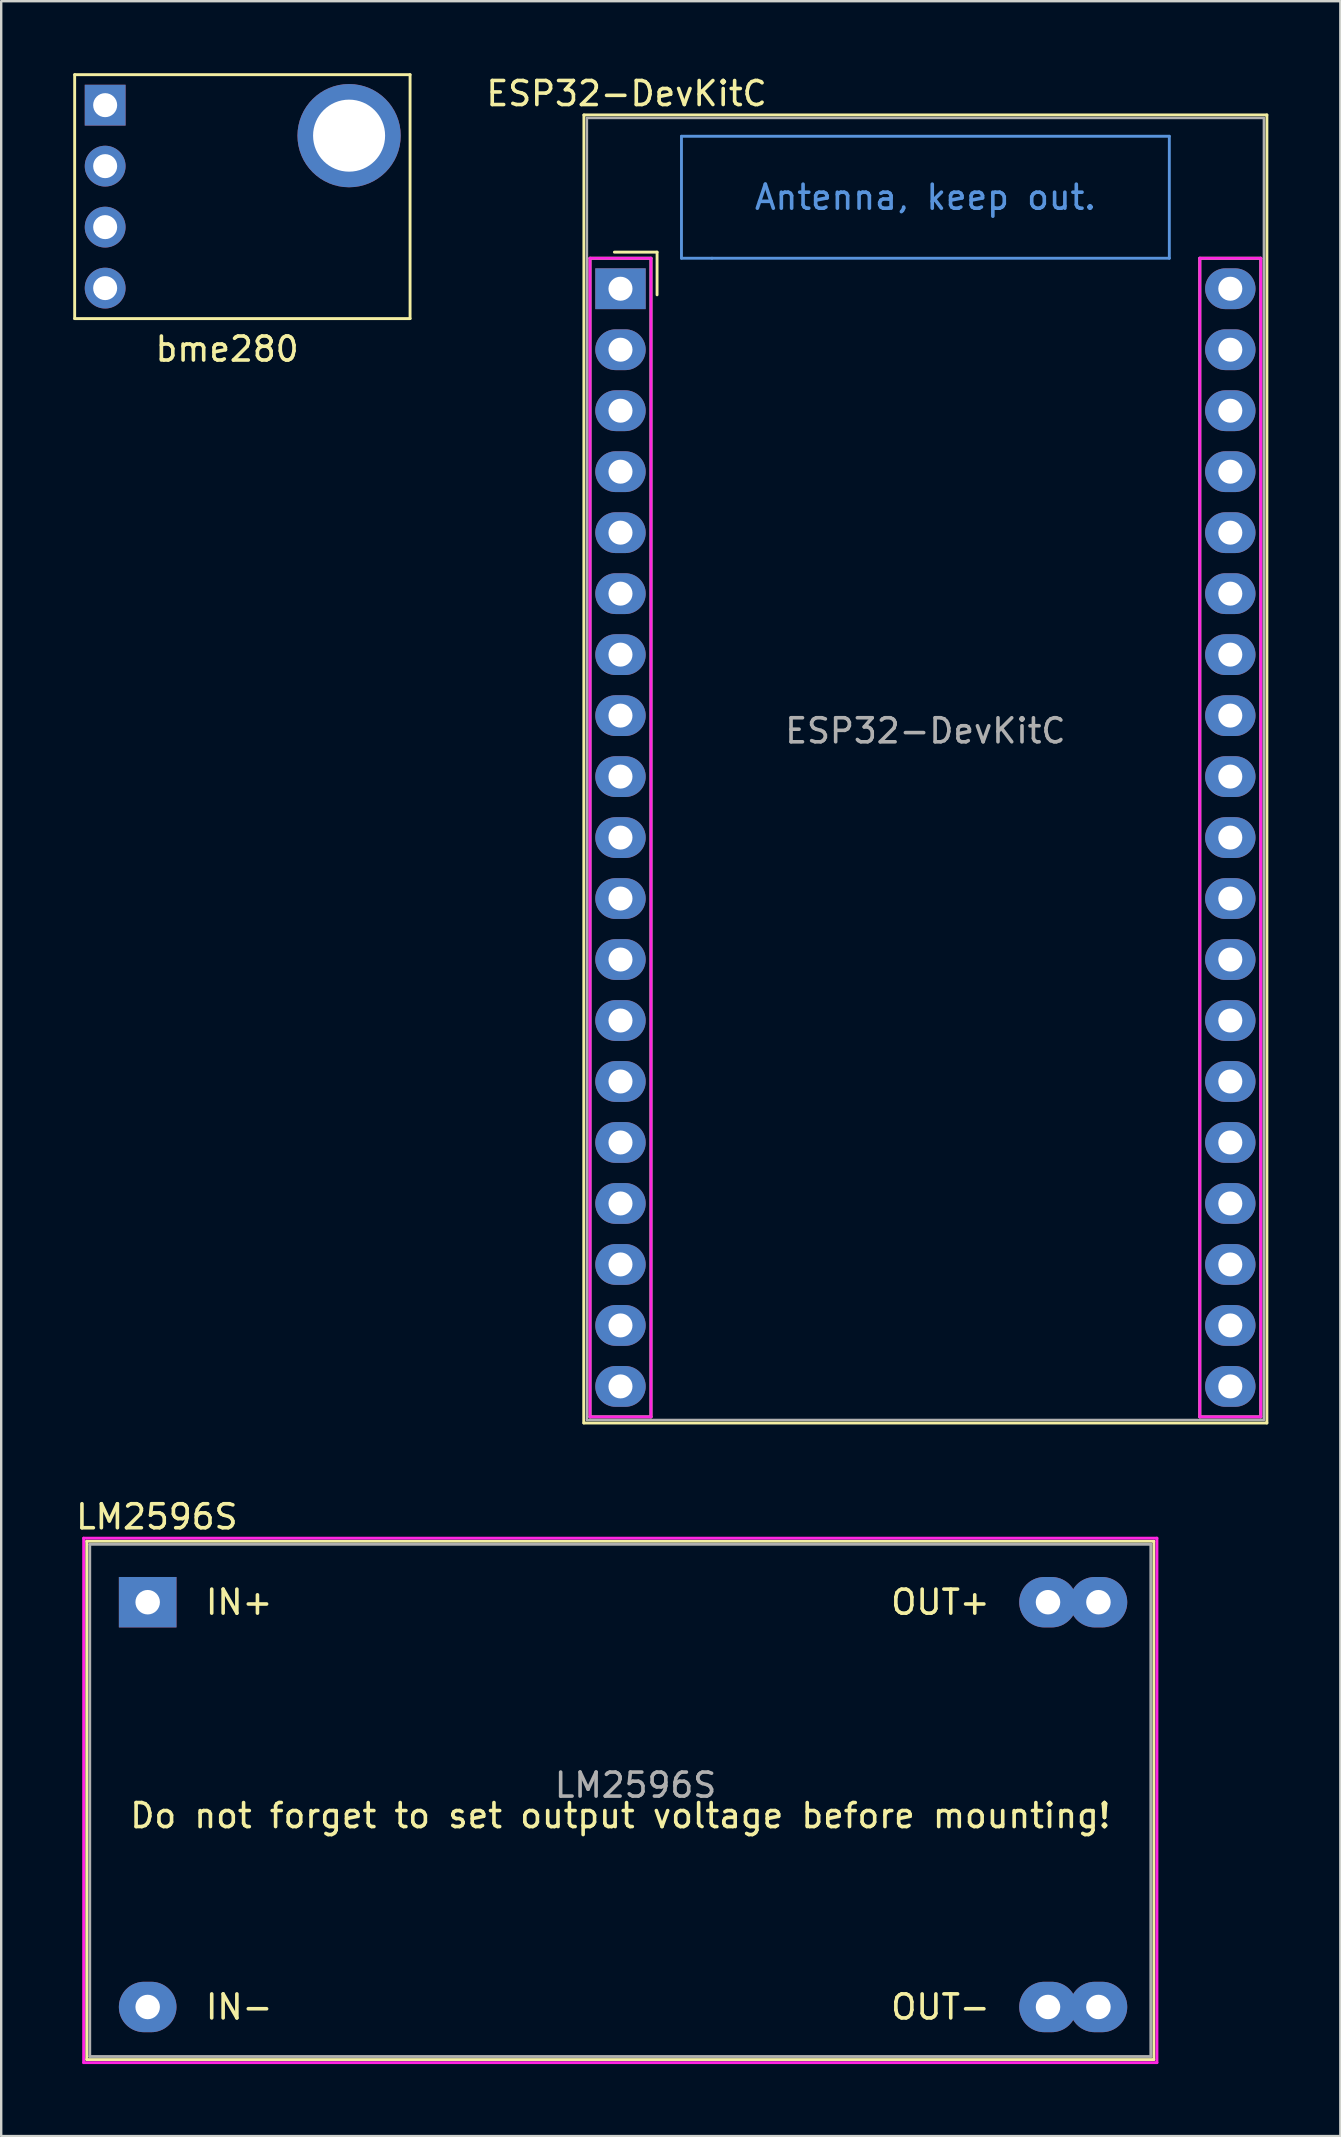
<source format=kicad_pcb>
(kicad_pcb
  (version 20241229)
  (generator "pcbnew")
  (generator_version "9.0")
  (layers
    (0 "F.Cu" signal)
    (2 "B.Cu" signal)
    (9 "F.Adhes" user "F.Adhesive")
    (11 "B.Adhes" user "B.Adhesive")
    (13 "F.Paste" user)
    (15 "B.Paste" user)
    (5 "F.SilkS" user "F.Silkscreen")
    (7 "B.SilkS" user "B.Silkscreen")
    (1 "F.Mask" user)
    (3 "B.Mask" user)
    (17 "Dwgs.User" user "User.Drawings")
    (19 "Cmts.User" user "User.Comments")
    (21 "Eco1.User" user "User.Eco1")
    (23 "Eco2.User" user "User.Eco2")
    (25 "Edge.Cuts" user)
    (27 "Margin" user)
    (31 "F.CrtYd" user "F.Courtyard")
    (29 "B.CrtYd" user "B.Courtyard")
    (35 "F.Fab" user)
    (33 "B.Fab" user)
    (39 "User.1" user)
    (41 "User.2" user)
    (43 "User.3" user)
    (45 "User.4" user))
  (footprint "LM2596S"
    (layer "F.Cu")
    (at 3.101 63.684)
    (property "Reference" "LM2596S" (at 0.381 -3.556 0) (layer "F.SilkS") (effects (font (size 1 1) (thickness 0.15))))
    (attr through_hole)
    (fp_line (start -2.54 -2.54) (end -2.54 19.05) (stroke (width 0.12) (type solid)) (layer "F.SilkS"))
    (fp_line (start -2.54 -2.54) (end 41.91 -2.54) (stroke (width 0.12) (type solid)) (layer "F.SilkS"))
    (fp_line (start 41.91 -2.54) (end 41.91 19.05) (stroke (width 0.12) (type solid)) (layer "F.SilkS"))
    (fp_line (start 41.91 19.05) (end -2.54 19.05) (stroke (width 0.12) (type solid)) (layer "F.SilkS"))
    (fp_line (start -2.667 -2.667) (end -2.667 19.177) (stroke (width 0.12) (type solid)) (layer "F.CrtYd"))
    (fp_line (start -2.667 19.177) (end 42.037 19.177) (stroke (width 0.12) (type solid)) (layer "F.CrtYd"))
    (fp_line (start 42.037 -2.667) (end -2.667 -2.667) (stroke (width 0.12) (type solid)) (layer "F.CrtYd"))
    (fp_line (start 42.037 19.177) (end 42.037 -2.667) (stroke (width 0.12) (type solid)) (layer "F.CrtYd"))
    (fp_line (start -2.413 -2.413) (end -2.413 18.923) (stroke (width 0.12) (type solid)) (layer "F.Fab"))
    (fp_line (start -2.413 18.923) (end 41.783 18.923) (stroke (width 0.12) (type solid)) (layer "F.Fab"))
    (fp_line (start 41.783 -2.413) (end -2.413 -2.413) (stroke (width 0.12) (type solid)) (layer "F.Fab"))
    (fp_line (start 41.783 18.923) (end 41.783 -2.413) (stroke (width 0.12) (type solid)) (layer "F.Fab"))
    (fp_text user "OUT-" (at 33.02 16.86 0) (layer "F.SilkS") (effects (font (size 1 1) (thickness 0.15))))
    (fp_text user "IN+" (at 3.81 0 0) (layer "F.SilkS") (effects (font (size 1 1) (thickness 0.15))))
    (fp_text user "Do not forget to set output voltage before mounting!" (at 19.685 8.89 0) (layer "F.SilkS") (effects (font (size 1 1) (thickness 0.15))))
    (fp_text user "OUT+" (at 33.02 0 0) (layer "F.SilkS") (effects (font (size 1 1) (thickness 0.15))))
    (fp_text user "IN-" (at 3.81 16.86 0) (layer "F.SilkS") (effects (font (size 1 1) (thickness 0.15))))
    (fp_text user "${REFERENCE}" (at 20.32 7.62 0) (layer "F.Fab") (effects (font (size 1 1) (thickness 0.15))))
    (pad "1" thru_hole rect (at 0 0) (size 2.4 2.1) (drill 1.02) (layers "*.Cu" "*.Mask"))
    (pad "2" thru_hole oval (at 0 16.86) (size 2.4 2.1) (drill 1.02) (layers "*.Cu" "*.Mask"))
    (pad "3" thru_hole oval (at 37.5 16.86) (size 2.4 2.1) (drill 1.02) (layers "*.Cu" "*.Mask"))
    (pad "3" thru_hole oval (at 39.6 16.86) (size 2.4 2.1) (drill 1.02) (layers "*.Cu" "*.Mask"))
    (pad "4" thru_hole oval (at 37.5 0) (size 2.4 2.1) (drill 1.02) (layers "*.Cu" "*.Mask"))
    (pad "4" thru_hole oval (at 39.6 0) (size 2.4 2.1) (drill 1.02) (layers "*.Cu" "*.Mask")))
  (footprint "bme280"
    (layer "F.Cu")
    (at 1.31 1.36)
    (property "Reference" "bme280" (at 5.1 10.13 0) (layer "F.SilkS") (effects (font (size 1 1) (thickness 0.15))))
    (attr through_hole)
    (fp_line (start -1.25 -1.3) (end -1.25 8.86) (stroke (width 0.12) (type solid)) (layer "F.SilkS"))
    (fp_line (start -1.25 8.86) (end 12.72 8.86) (stroke (width 0.12) (type solid)) (layer "F.SilkS"))
    (fp_line (start 12.72 -1.3) (end -1.25 -1.3) (stroke (width 0.12) (type solid)) (layer "F.SilkS"))
    (fp_line (start 12.72 8.86) (end 12.72 -1.3) (stroke (width 0.12) (type solid)) (layer "F.SilkS"))
    (pad "1" thru_hole rect (at 0.02 -0.03) (size 1.7 1.7) (drill 1) (layers "*.Cu" "*.Mask"))
    (pad "2" thru_hole circle (at 0.02 2.51) (size 1.7 1.7) (drill 1) (layers "*.Cu" "*.Mask"))
    (pad "3" thru_hole circle (at 0.02 5.05) (size 1.7 1.7) (drill 1) (layers "*.Cu" "*.Mask"))
    (pad "4" thru_hole circle (at 0.02 7.59) (size 1.7 1.7) (drill 1) (layers "*.Cu" "*.Mask"))
    (pad "~" thru_hole circle (at 10.18 1.24) (size 4.3 4.3) (drill 3) (layers "*.Cu" "*.Mask")))
  (footprint "ESP32-DevKitC"
    (layer "F.Cu")
    (at 22.794 8.976)
    (property "Reference" "ESP32-DevKitC" (at 0.254 -8.128 0) (layer "F.SilkS") (effects (font (size 1 1) (thickness 0.15))))
    (attr through_hole)
    (fp_line (start -1.524 -7.239) (end -1.531 47.244) (stroke (width 0.12) (type solid)) (layer "F.SilkS"))
    (fp_line (start -1.524 -7.239) (end 26.924 -7.239) (stroke (width 0.12) (type solid)) (layer "F.SilkS"))
    (fp_line (start -1.524 47.244) (end 26.924 47.244) (stroke (width 0.12) (type solid)) (layer "F.SilkS"))
    (fp_line (start -1.27 -1.27) (end -1.27 46.99) (stroke (width 0.12) (type solid)) (layer "F.SilkS"))
    (fp_line (start -1.27 46.99) (end 1.27 46.99) (stroke (width 0.12) (type solid)) (layer "F.SilkS"))
    (fp_line (start -0.254 -1.524) (end 1.524 -1.524) (stroke (width 0.12) (type solid)) (layer "F.SilkS"))
    (fp_line (start 1.27 -1.27) (end -1.27 -1.27) (stroke (width 0.12) (type solid)) (layer "F.SilkS"))
    (fp_line (start 1.27 46.99) (end 1.27 -1.27) (stroke (width 0.12) (type solid)) (layer "F.SilkS"))
    (fp_line (start 1.524 0.254) (end 1.524 -1.524) (stroke (width 0.12) (type solid)) (layer "F.SilkS"))
    (fp_line (start 24.13 46.99) (end 24.13 -1.27) (stroke (width 0.12) (type solid)) (layer "F.SilkS"))
    (fp_line (start 24.13 46.99) (end 26.67 46.99) (stroke (width 0.12) (type solid)) (layer "F.SilkS"))
    (fp_line (start 26.67 -1.27) (end 24.13 -1.27) (stroke (width 0.12) (type solid)) (layer "F.SilkS"))
    (fp_line (start 26.67 -1.27) (end 26.67 46.99) (stroke (width 0.12) (type solid)) (layer "F.SilkS"))
    (fp_line (start 26.924 -7.239) (end 26.924 47.244) (stroke (width 0.12) (type solid)) (layer "F.SilkS"))
    (fp_line (start 2.54 -6.35) (end 2.54 -1.27) (stroke (width 0.12) (type solid)) (layer "Cmts.User"))
    (fp_line (start 2.54 -1.27) (end 3.81 -1.27) (stroke (width 0.12) (type solid)) (layer "Cmts.User"))
    (fp_line (start 3.81 -1.27) (end 22.86 -1.27) (stroke (width 0.12) (type solid)) (layer "Cmts.User"))
    (fp_line (start 22.86 -6.35) (end 2.54 -6.35) (stroke (width 0.12) (type solid)) (layer "Cmts.User"))
    (fp_line (start 22.86 -1.27) (end 22.86 -6.35) (stroke (width 0.12) (type solid)) (layer "Cmts.User"))
    (fp_line (start -1.27 -1.27) (end 1.27 -1.27) (stroke (width 0.12) (type solid)) (layer "F.CrtYd"))
    (fp_line (start -1.27 46.99) (end -1.27 -1.27) (stroke (width 0.12) (type solid)) (layer "F.CrtYd"))
    (fp_line (start 1.27 -1.27) (end 1.27 46.99) (stroke (width 0.12) (type solid)) (layer "F.CrtYd"))
    (fp_line (start 1.27 46.99) (end -1.27 46.99) (stroke (width 0.12) (type solid)) (layer "F.CrtYd"))
    (fp_line (start 24.13 -1.27) (end 26.67 -1.27) (stroke (width 0.12) (type solid)) (layer "F.CrtYd"))
    (fp_line (start 24.13 46.99) (end 24.13 -1.27) (stroke (width 0.12) (type solid)) (layer "F.CrtYd"))
    (fp_line (start 26.67 -1.27) (end 26.67 46.99) (stroke (width 0.12) (type solid)) (layer "F.CrtYd"))
    (fp_line (start 26.67 46.99) (end 24.13 46.99) (stroke (width 0.12) (type solid)) (layer "F.CrtYd"))
    (fp_line (start -1.397 -7.112) (end -1.397 47.117) (stroke (width 0.1) (type solid)) (layer "F.Fab"))
    (fp_line (start -1.397 -7.112) (end 26.797 -7.112) (stroke (width 0.1) (type solid)) (layer "F.Fab"))
    (fp_line (start -1.397 47.117) (end 26.797 47.117) (stroke (width 0.1) (type solid)) (layer "F.Fab"))
    (fp_line (start 26.797 -7.112) (end 26.797 47.117) (stroke (width 0.1) (type solid)) (layer "F.Fab"))
    (fp_text user "Antenna, keep out." (at 12.7 -3.81 0) (layer "Cmts.User") (effects (font (size 1 1) (thickness 0.15))))
    (fp_text user "${REFERENCE}" (at 12.7 18.415 0) (layer "F.Fab") (effects (font (size 1 1) (thickness 0.15))))
    (pad "1" thru_hole rect (at 0 0) (size 2.1 1.7) (drill 1) (layers "*.Cu" "*.Mask"))
    (pad "2" thru_hole oval (at 0 2.54) (size 2.1 1.7) (drill 1) (layers "*.Cu" "*.Mask"))
    (pad "3" thru_hole oval (at 0 5.08) (size 2.1 1.7) (drill 1) (layers "*.Cu" "*.Mask"))
    (pad "4" thru_hole oval (at 0 7.62) (size 2.1 1.7) (drill 1) (layers "*.Cu" "*.Mask"))
    (pad "5" thru_hole oval (at 0 10.16) (size 2.1 1.7) (drill 1) (layers "*.Cu" "*.Mask"))
    (pad "6" thru_hole oval (at 0 12.7) (size 2.1 1.7) (drill 1) (layers "*.Cu" "*.Mask"))
    (pad "7" thru_hole oval (at 0 15.24) (size 2.1 1.7) (drill 1) (layers "*.Cu" "*.Mask"))
    (pad "8" thru_hole oval (at 0 17.78) (size 2.1 1.7) (drill 1) (layers "*.Cu" "*.Mask"))
    (pad "9" thru_hole oval (at 0 20.32) (size 2.1 1.7) (drill 1) (layers "*.Cu" "*.Mask"))
    (pad "10" thru_hole oval (at 0 22.86) (size 2.1 1.7) (drill 1) (layers "*.Cu" "*.Mask"))
    (pad "11" thru_hole oval (at 0 25.4) (size 2.1 1.7) (drill 1) (layers "*.Cu" "*.Mask"))
    (pad "12" thru_hole oval (at 0 27.94) (size 2.1 1.7) (drill 1) (layers "*.Cu" "*.Mask"))
    (pad "13" thru_hole oval (at 0 30.48) (size 2.1 1.7) (drill 1) (layers "*.Cu" "*.Mask"))
    (pad "14" thru_hole oval (at 0 33.02) (size 2.1 1.7) (drill 1) (layers "*.Cu" "*.Mask"))
    (pad "15" thru_hole oval (at 0 35.56) (size 2.1 1.7) (drill 1) (layers "*.Cu" "*.Mask"))
    (pad "16" thru_hole oval (at 0 38.1) (size 2.1 1.7) (drill 1) (layers "*.Cu" "*.Mask"))
    (pad "17" thru_hole oval (at 0 40.64) (size 2.1 1.7) (drill 1) (layers "*.Cu" "*.Mask"))
    (pad "18" thru_hole oval (at 0 43.18) (size 2.1 1.7) (drill 1) (layers "*.Cu" "*.Mask"))
    (pad "19" thru_hole oval (at 0 45.72) (size 2.1 1.7) (drill 1) (layers "*.Cu" "*.Mask"))
    (pad "20" thru_hole oval (at 25.4 45.72) (size 2.1 1.7) (drill 1) (layers "*.Cu" "*.Mask"))
    (pad "21" thru_hole oval (at 25.4 43.18) (size 2.1 1.7) (drill 1) (layers "*.Cu" "*.Mask"))
    (pad "22" thru_hole oval (at 25.4 40.64) (size 2.1 1.7) (drill 1) (layers "*.Cu" "*.Mask"))
    (pad "23" thru_hole oval (at 25.4 38.1) (size 2.1 1.7) (drill 1) (layers "*.Cu" "*.Mask"))
    (pad "24" thru_hole oval (at 25.4 35.56) (size 2.1 1.7) (drill 1) (layers "*.Cu" "*.Mask"))
    (pad "25" thru_hole oval (at 25.4 33.02) (size 2.1 1.7) (drill 1) (layers "*.Cu" "*.Mask"))
    (pad "26" thru_hole oval (at 25.4 30.48) (size 2.1 1.7) (drill 1) (layers "*.Cu" "*.Mask"))
    (pad "27" thru_hole oval (at 25.4 27.94) (size 2.1 1.7) (drill 1) (layers "*.Cu" "*.Mask"))
    (pad "28" thru_hole oval (at 25.4 25.4) (size 2.1 1.7) (drill 1) (layers "*.Cu" "*.Mask"))
    (pad "29" thru_hole oval (at 25.4 22.86) (size 2.1 1.7) (drill 1) (layers "*.Cu" "*.Mask"))
    (pad "30" thru_hole oval (at 25.4 20.32) (size 2.1 1.7) (drill 1) (layers "*.Cu" "*.Mask"))
    (pad "31" thru_hole oval (at 25.4 17.78) (size 2.1 1.7) (drill 1) (layers "*.Cu" "*.Mask"))
    (pad "32" thru_hole oval (at 25.4 15.24) (size 2.1 1.7) (drill 1) (layers "*.Cu" "*.Mask"))
    (pad "33" thru_hole oval (at 25.4 12.7) (size 2.1 1.7) (drill 1) (layers "*.Cu" "*.Mask"))
    (pad "34" thru_hole oval (at 25.4 10.16) (size 2.1 1.7) (drill 1) (layers "*.Cu" "*.Mask"))
    (pad "35" thru_hole oval (at 25.4 7.62) (size 2.1 1.7) (drill 1) (layers "*.Cu" "*.Mask"))
    (pad "36" thru_hole oval (at 25.4 5.08) (size 2.1 1.7) (drill 1) (layers "*.Cu" "*.Mask"))
    (pad "37" thru_hole oval (at 25.4 2.54) (size 2.1 1.7) (drill 1) (layers "*.Cu" "*.Mask"))
    (pad "38" thru_hole oval (at 25.4 0) (size 2.1 1.7) (drill 1) (layers "*.Cu" "*.Mask")))
  (gr_rect
    (start -3 -3)
    (end 52.778 85.921)
    (stroke (width 0.1) (type default))
    (fill no)
    (layer "Edge.Cuts")))
</source>
